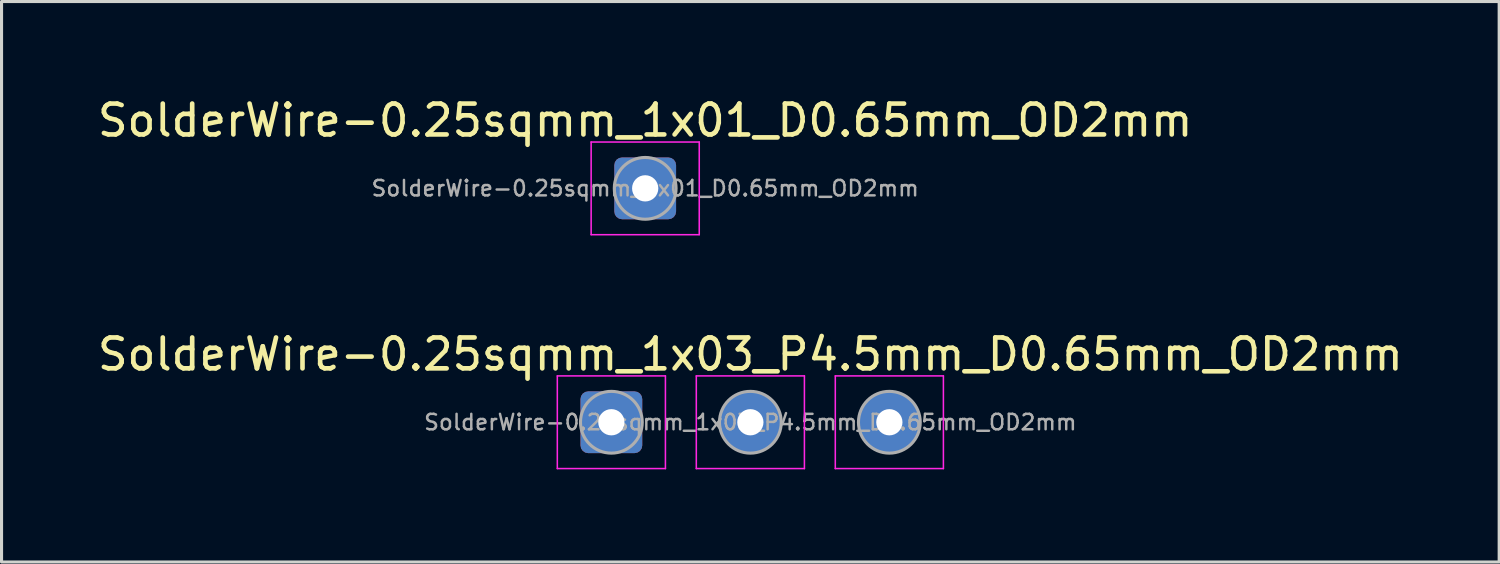
<source format=kicad_pcb>
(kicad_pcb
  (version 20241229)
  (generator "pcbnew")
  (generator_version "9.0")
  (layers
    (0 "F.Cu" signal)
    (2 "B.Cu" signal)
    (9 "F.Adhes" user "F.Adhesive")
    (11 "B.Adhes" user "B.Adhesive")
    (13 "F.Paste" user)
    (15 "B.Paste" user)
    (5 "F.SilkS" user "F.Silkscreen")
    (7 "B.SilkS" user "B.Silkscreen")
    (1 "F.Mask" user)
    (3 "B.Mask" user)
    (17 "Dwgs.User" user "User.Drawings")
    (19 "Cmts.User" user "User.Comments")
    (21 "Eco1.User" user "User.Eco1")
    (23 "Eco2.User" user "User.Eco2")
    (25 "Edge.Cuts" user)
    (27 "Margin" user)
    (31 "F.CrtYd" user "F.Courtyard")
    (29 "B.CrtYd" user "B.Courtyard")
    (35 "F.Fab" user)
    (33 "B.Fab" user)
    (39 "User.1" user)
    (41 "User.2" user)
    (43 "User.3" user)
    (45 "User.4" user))
  (footprint "SolderWire-0.25sqmm_1x01_D0.65mm_OD2mm"
    (layer "F.Cu")
    (at 17.839 3.048)
    (property "Reference" "SolderWire-0.25sqmm_1x01_D0.65mm_OD2mm" (at 0 -2.2 0) (layer "F.SilkS") (effects (font (size 1 1) (thickness 0.15))))
    (attr exclude_from_pos_files exclude_from_bom)
    (fp_line (start -1.75 -1.5) (end -1.75 1.5) (stroke (width 0.05) (type solid)) (layer "F.CrtYd"))
    (fp_line (start -1.75 1.5) (end 1.75 1.5) (stroke (width 0.05) (type solid)) (layer "F.CrtYd"))
    (fp_line (start 1.75 -1.5) (end -1.75 -1.5) (stroke (width 0.05) (type solid)) (layer "F.CrtYd"))
    (fp_line (start 1.75 1.5) (end 1.75 -1.5) (stroke (width 0.05) (type solid)) (layer "F.CrtYd"))
    (fp_circle (center 0 0) (end 1 0) (stroke (width 0.1) (type solid)) (fill no) (layer "F.Fab"))
    (fp_text user "${REFERENCE}" (at 0 0 0) (layer "F.Fab") (effects (font (size 0.5 0.5) (thickness 0.08))))
    (pad "1" thru_hole roundrect (at 0 0) (size 2 2) (drill 0.85) (layers "*.Cu" "*.Mask") (roundrect_rratio 0.125)))
  (footprint "SolderWire-0.25sqmm_1x03_P4.5mm_D0.65mm_OD2mm"
    (layer "F.Cu")
    (at 16.744 10.621)
    (property "Reference" "SolderWire-0.25sqmm_1x03_P4.5mm_D0.65mm_OD2mm" (at 4.5 -2.2 0) (layer "F.SilkS") (effects (font (size 1 1) (thickness 0.15))))
    (attr exclude_from_pos_files exclude_from_bom)
    (fp_line (start -1.75 -1.5) (end -1.75 1.5) (stroke (width 0.05) (type solid)) (layer "F.CrtYd"))
    (fp_line (start -1.75 1.5) (end 1.75 1.5) (stroke (width 0.05) (type solid)) (layer "F.CrtYd"))
    (fp_line (start 1.75 -1.5) (end -1.75 -1.5) (stroke (width 0.05) (type solid)) (layer "F.CrtYd"))
    (fp_line (start 1.75 1.5) (end 1.75 -1.5) (stroke (width 0.05) (type solid)) (layer "F.CrtYd"))
    (fp_line (start 2.75 -1.5) (end 2.75 1.5) (stroke (width 0.05) (type solid)) (layer "F.CrtYd"))
    (fp_line (start 2.75 1.5) (end 6.25 1.5) (stroke (width 0.05) (type solid)) (layer "F.CrtYd"))
    (fp_line (start 6.25 -1.5) (end 2.75 -1.5) (stroke (width 0.05) (type solid)) (layer "F.CrtYd"))
    (fp_line (start 6.25 1.5) (end 6.25 -1.5) (stroke (width 0.05) (type solid)) (layer "F.CrtYd"))
    (fp_line (start 7.25 -1.5) (end 7.25 1.5) (stroke (width 0.05) (type solid)) (layer "F.CrtYd"))
    (fp_line (start 7.25 1.5) (end 10.75 1.5) (stroke (width 0.05) (type solid)) (layer "F.CrtYd"))
    (fp_line (start 10.75 -1.5) (end 7.25 -1.5) (stroke (width 0.05) (type solid)) (layer "F.CrtYd"))
    (fp_line (start 10.75 1.5) (end 10.75 -1.5) (stroke (width 0.05) (type solid)) (layer "F.CrtYd"))
    (fp_circle (center 0 0) (end 1 0) (stroke (width 0.1) (type solid)) (fill no) (layer "F.Fab"))
    (fp_circle (center 4.5 0) (end 5.5 0) (stroke (width 0.1) (type solid)) (fill no) (layer "F.Fab"))
    (fp_circle (center 9 0) (end 10 0) (stroke (width 0.1) (type solid)) (fill no) (layer "F.Fab"))
    (fp_text user "${REFERENCE}" (at 4.5 0 0) (layer "F.Fab") (effects (font (size 0.5 0.5) (thickness 0.08))))
    (pad "1" thru_hole roundrect (at 0 0) (size 2 2) (drill 0.85) (layers "*.Cu" "*.Mask") (roundrect_rratio 0.125))
    (pad "2" thru_hole circle (at 4.5 0) (size 2 2) (drill 0.85) (layers "*.Cu" "*.Mask"))
    (pad "3" thru_hole circle (at 9 0) (size 2 2) (drill 0.85) (layers "*.Cu" "*.Mask")))
  (gr_rect
    (start -3 -3)
    (end 45.488 15.146)
    (stroke (width 0.1) (type default))
    (fill no)
    (layer "Edge.Cuts")))
</source>
